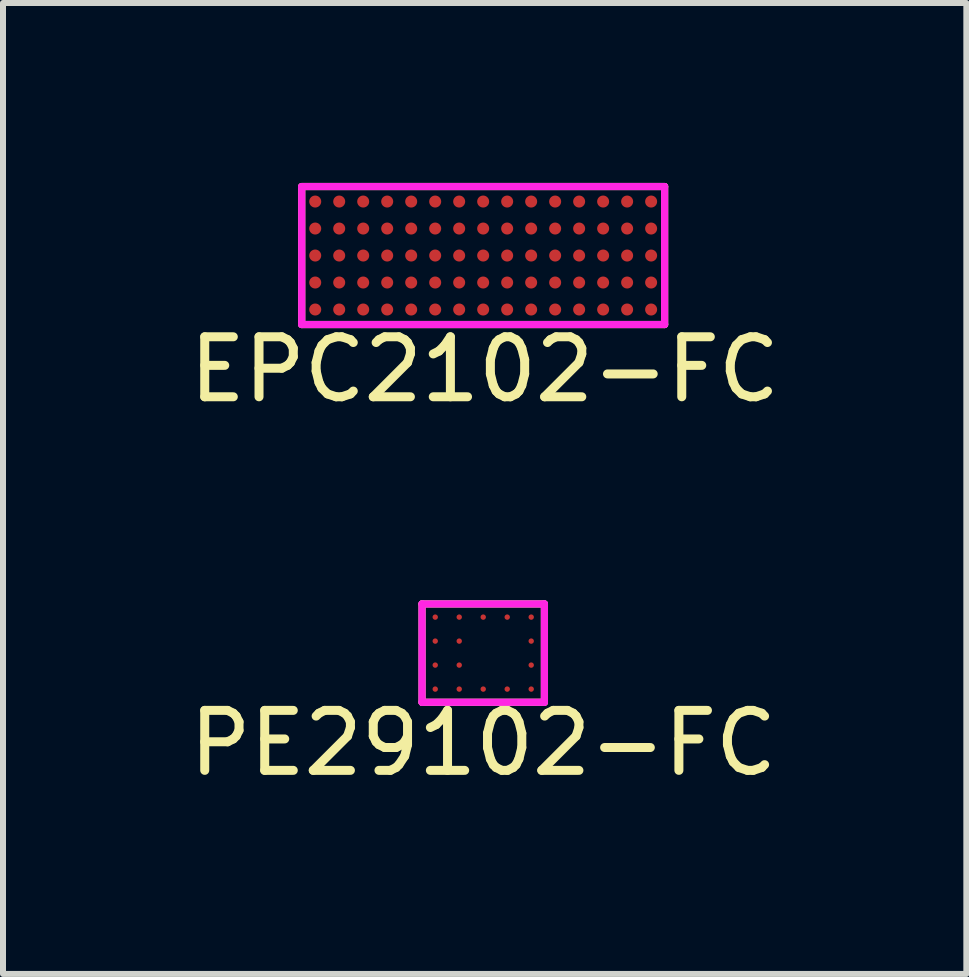
<source format=kicad_pcb>
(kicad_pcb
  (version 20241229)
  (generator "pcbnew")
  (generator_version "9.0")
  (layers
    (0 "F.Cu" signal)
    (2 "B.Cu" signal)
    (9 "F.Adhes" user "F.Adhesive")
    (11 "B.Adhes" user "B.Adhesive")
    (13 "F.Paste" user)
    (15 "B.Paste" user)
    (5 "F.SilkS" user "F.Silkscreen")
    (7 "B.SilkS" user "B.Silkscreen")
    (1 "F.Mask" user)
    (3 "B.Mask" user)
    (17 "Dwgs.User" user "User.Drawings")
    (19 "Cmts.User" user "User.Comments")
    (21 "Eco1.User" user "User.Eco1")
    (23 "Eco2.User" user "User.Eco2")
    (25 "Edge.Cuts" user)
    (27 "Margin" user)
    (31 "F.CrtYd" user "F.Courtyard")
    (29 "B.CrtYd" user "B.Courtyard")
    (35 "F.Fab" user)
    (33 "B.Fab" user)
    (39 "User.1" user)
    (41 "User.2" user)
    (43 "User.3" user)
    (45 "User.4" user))
  (footprint "EPC2102-FC"
    (layer "F.Cu")
    (at 5.005 1.21)
    (property "Reference" "EPC2102-FC" (at 0.025 1.9 0) (layer "F.SilkS") (effects (font (size 1 1) (thickness 0.15))))
    (attr through_hole)
    (fp_line (start -3.025 -1.15) (end -3.025 1.15) (stroke (width 0.12) (type solid)) (layer "F.SilkS"))
    (fp_line (start -3.025 1.15) (end 3.025 1.15) (stroke (width 0.12) (type solid)) (layer "F.SilkS"))
    (fp_line (start 3.025 -1.15) (end -3.025 -1.15) (stroke (width 0.12) (type solid)) (layer "F.SilkS"))
    (fp_line (start 3.025 1.15) (end 3.025 -1.15) (stroke (width 0.12) (type solid)) (layer "F.SilkS"))
    (fp_line (start -3.025 -1.15) (end -3.025 1.15) (stroke (width 0.12) (type solid)) (layer "F.CrtYd"))
    (fp_line (start -3.025 1.15) (end 3.025 1.15) (stroke (width 0.12) (type solid)) (layer "F.CrtYd"))
    (fp_line (start 3.025 -1.15) (end -3.025 -1.15) (stroke (width 0.12) (type solid)) (layer "F.CrtYd"))
    (fp_line (start 3.025 1.15) (end 3.025 -1.15) (stroke (width 0.12) (type solid)) (layer "F.CrtYd"))
    (pad "1" smd circle (at -2.8 -0.9) (size 0.2 0.2) (layers "F.Cu" "F.Mask" "F.Paste"))
    (pad "2" smd circle (at -2.8 -0.45) (size 0.2 0.2) (layers "F.Cu" "F.Mask" "F.Paste"))
    (pad "3" smd circle (at -2.8 0) (size 0.2 0.2) (layers "F.Cu" "F.Mask" "F.Paste"))
    (pad "4" smd circle (at -2.8 0.45) (size 0.2 0.2) (layers "F.Cu" "F.Mask" "F.Paste"))
    (pad "5" smd circle (at -2.8 0.9) (size 0.2 0.2) (layers "F.Cu" "F.Mask" "F.Paste"))
    (pad "6" smd circle (at -2.4 -0.9) (size 0.2 0.2) (layers "F.Cu" "F.Mask" "F.Paste"))
    (pad "7" smd circle (at -2.4 -0.45) (size 0.2 0.2) (layers "F.Cu" "F.Mask" "F.Paste"))
    (pad "8" smd circle (at -2.4 0) (size 0.2 0.2) (layers "F.Cu" "F.Mask" "F.Paste"))
    (pad "9" smd circle (at -2.4 0.45) (size 0.2 0.2) (layers "F.Cu" "F.Mask" "F.Paste"))
    (pad "10" smd circle (at -2.4 0.9) (size 0.2 0.2) (layers "F.Cu" "F.Mask" "F.Paste"))
    (pad "11" smd circle (at -2 -0.9) (size 0.2 0.2) (layers "F.Cu" "F.Mask" "F.Paste"))
    (pad "12" smd circle (at -2 -0.45) (size 0.2 0.2) (layers "F.Cu" "F.Mask" "F.Paste"))
    (pad "13" smd circle (at -2 0) (size 0.2 0.2) (layers "F.Cu" "F.Mask" "F.Paste"))
    (pad "14" smd circle (at -2 0.45) (size 0.2 0.2) (layers "F.Cu" "F.Mask" "F.Paste"))
    (pad "15" smd circle (at -2 0.9) (size 0.2 0.2) (layers "F.Cu" "F.Mask" "F.Paste"))
    (pad "16" smd circle (at -1.6 -0.9) (size 0.2 0.2) (layers "F.Cu" "F.Mask" "F.Paste"))
    (pad "17" smd circle (at -1.6 -0.45) (size 0.2 0.2) (layers "F.Cu" "F.Mask" "F.Paste"))
    (pad "18" smd circle (at -1.6 0) (size 0.2 0.2) (layers "F.Cu" "F.Mask" "F.Paste"))
    (pad "19" smd circle (at -1.6 0.45) (size 0.2 0.2) (layers "F.Cu" "F.Mask" "F.Paste"))
    (pad "20" smd circle (at -1.6 0.9) (size 0.2 0.2) (layers "F.Cu" "F.Mask" "F.Paste"))
    (pad "21" smd circle (at -1.2 -0.9) (size 0.2 0.2) (layers "F.Cu" "F.Mask" "F.Paste"))
    (pad "22" smd circle (at -1.2 -0.45) (size 0.2 0.2) (layers "F.Cu" "F.Mask" "F.Paste"))
    (pad "23" smd circle (at -1.2 0) (size 0.2 0.2) (layers "F.Cu" "F.Mask" "F.Paste"))
    (pad "24" smd circle (at -1.2 0.45) (size 0.2 0.2) (layers "F.Cu" "F.Mask" "F.Paste"))
    (pad "25" smd circle (at -1.2 0.9) (size 0.2 0.2) (layers "F.Cu" "F.Mask" "F.Paste"))
    (pad "26" smd circle (at -0.8 -0.9) (size 0.2 0.2) (layers "F.Cu" "F.Mask" "F.Paste"))
    (pad "27" smd circle (at -0.8 -0.45) (size 0.2 0.2) (layers "F.Cu" "F.Mask" "F.Paste"))
    (pad "28" smd circle (at -0.8 0) (size 0.2 0.2) (layers "F.Cu" "F.Mask" "F.Paste"))
    (pad "29" smd circle (at -0.8 0.45) (size 0.2 0.2) (layers "F.Cu" "F.Mask" "F.Paste"))
    (pad "30" smd circle (at -0.8 0.9) (size 0.2 0.2) (layers "F.Cu" "F.Mask" "F.Paste"))
    (pad "31" smd circle (at -0.4 -0.9) (size 0.2 0.2) (layers "F.Cu" "F.Mask" "F.Paste"))
    (pad "32" smd circle (at -0.4 -0.45) (size 0.2 0.2) (layers "F.Cu" "F.Mask" "F.Paste"))
    (pad "33" smd circle (at -0.4 0) (size 0.2 0.2) (layers "F.Cu" "F.Mask" "F.Paste"))
    (pad "34" smd circle (at -0.4 0.45) (size 0.2 0.2) (layers "F.Cu" "F.Mask" "F.Paste"))
    (pad "35" smd circle (at -0.4 0.9) (size 0.2 0.2) (layers "F.Cu" "F.Mask" "F.Paste"))
    (pad "36" smd circle (at 0 -0.9) (size 0.2 0.2) (layers "F.Cu" "F.Mask" "F.Paste"))
    (pad "37" smd circle (at 0 -0.45) (size 0.2 0.2) (layers "F.Cu" "F.Mask" "F.Paste"))
    (pad "38" smd circle (at 0 0) (size 0.2 0.2) (layers "F.Cu" "F.Mask" "F.Paste"))
    (pad "39" smd circle (at 0 0.45) (size 0.2 0.2) (layers "F.Cu" "F.Mask" "F.Paste"))
    (pad "40" smd circle (at 0 0.9) (size 0.2 0.2) (layers "F.Cu" "F.Mask" "F.Paste"))
    (pad "41" smd circle (at 0.4 -0.9) (size 0.2 0.2) (layers "F.Cu" "F.Mask" "F.Paste"))
    (pad "42" smd circle (at 0.4 -0.45) (size 0.2 0.2) (layers "F.Cu" "F.Mask" "F.Paste"))
    (pad "43" smd circle (at 0.4 0) (size 0.2 0.2) (layers "F.Cu" "F.Mask" "F.Paste"))
    (pad "44" smd circle (at 0.4 0.45) (size 0.2 0.2) (layers "F.Cu" "F.Mask" "F.Paste"))
    (pad "45" smd circle (at 0.4 0.9) (size 0.2 0.2) (layers "F.Cu" "F.Mask" "F.Paste"))
    (pad "46" smd circle (at 0.8 -0.9) (size 0.2 0.2) (layers "F.Cu" "F.Mask" "F.Paste"))
    (pad "47" smd circle (at 0.8 -0.45) (size 0.2 0.2) (layers "F.Cu" "F.Mask" "F.Paste"))
    (pad "48" smd circle (at 0.8 0) (size 0.2 0.2) (layers "F.Cu" "F.Mask" "F.Paste"))
    (pad "49" smd circle (at 0.8 0.45) (size 0.2 0.2) (layers "F.Cu" "F.Mask" "F.Paste"))
    (pad "50" smd circle (at 0.8 0.9) (size 0.2 0.2) (layers "F.Cu" "F.Mask" "F.Paste"))
    (pad "51" smd circle (at 1.2 -0.9) (size 0.2 0.2) (layers "F.Cu" "F.Mask" "F.Paste"))
    (pad "52" smd circle (at 1.2 -0.45) (size 0.2 0.2) (layers "F.Cu" "F.Mask" "F.Paste"))
    (pad "53" smd circle (at 1.2 0) (size 0.2 0.2) (layers "F.Cu" "F.Mask" "F.Paste"))
    (pad "54" smd circle (at 1.2 0.45) (size 0.2 0.2) (layers "F.Cu" "F.Mask" "F.Paste"))
    (pad "55" smd circle (at 1.2 0.9) (size 0.2 0.2) (layers "F.Cu" "F.Mask" "F.Paste"))
    (pad "56" smd circle (at 1.6 -0.9) (size 0.2 0.2) (layers "F.Cu" "F.Mask" "F.Paste"))
    (pad "57" smd circle (at 1.6 -0.45) (size 0.2 0.2) (layers "F.Cu" "F.Mask" "F.Paste"))
    (pad "58" smd circle (at 1.6 0) (size 0.2 0.2) (layers "F.Cu" "F.Mask" "F.Paste"))
    (pad "59" smd circle (at 1.6 0.45) (size 0.2 0.2) (layers "F.Cu" "F.Mask" "F.Paste"))
    (pad "60" smd circle (at 1.6 0.9) (size 0.2 0.2) (layers "F.Cu" "F.Mask" "F.Paste"))
    (pad "61" smd circle (at 2 -0.9) (size 0.2 0.2) (layers "F.Cu" "F.Mask" "F.Paste"))
    (pad "62" smd circle (at 2 -0.45) (size 0.2 0.2) (layers "F.Cu" "F.Mask" "F.Paste"))
    (pad "63" smd circle (at 2 0) (size 0.2 0.2) (layers "F.Cu" "F.Mask" "F.Paste"))
    (pad "64" smd circle (at 2 0.45) (size 0.2 0.2) (layers "F.Cu" "F.Mask" "F.Paste"))
    (pad "65" smd circle (at 2 0.9) (size 0.2 0.2) (layers "F.Cu" "F.Mask" "F.Paste"))
    (pad "66" smd circle (at 2.4 -0.9) (size 0.2 0.2) (layers "F.Cu" "F.Mask" "F.Paste"))
    (pad "67" smd circle (at 2.4 -0.45) (size 0.2 0.2) (layers "F.Cu" "F.Mask" "F.Paste"))
    (pad "68" smd circle (at 2.4 0) (size 0.2 0.2) (layers "F.Cu" "F.Mask" "F.Paste"))
    (pad "69" smd circle (at 2.4 0.45) (size 0.2 0.2) (layers "F.Cu" "F.Mask" "F.Paste"))
    (pad "70" smd circle (at 2.4 0.9) (size 0.2 0.2) (layers "F.Cu" "F.Mask" "F.Paste"))
    (pad "71" smd circle (at 2.8 -0.9) (size 0.2 0.2) (layers "F.Cu" "F.Mask" "F.Paste"))
    (pad "72" smd circle (at 2.8 -0.45) (size 0.2 0.2) (layers "F.Cu" "F.Mask" "F.Paste"))
    (pad "73" smd circle (at 2.8 0) (size 0.2 0.2) (layers "F.Cu" "F.Mask" "F.Paste"))
    (pad "74" smd circle (at 2.8 0.45) (size 0.2 0.2) (layers "F.Cu" "F.Mask" "F.Paste"))
    (pad "75" smd circle (at 2.8 0.9) (size 0.2 0.2) (layers "F.Cu" "F.Mask" "F.Paste")))
  (footprint "PE29102-FC"
    (layer "F.Cu")
    (at 5.006 7.838)
    (property "Reference" "PE29102-FC" (at 0 1.5 0) (layer "F.SilkS") (effects (font (size 1 1) (thickness 0.15))))
    (attr through_hole)
    (fp_line (start -1.02 -0.82) (end -1.02 0.82) (stroke (width 0.12) (type solid)) (layer "F.SilkS"))
    (fp_line (start -1.02 0.82) (end 1.02 0.82) (stroke (width 0.12) (type solid)) (layer "F.SilkS"))
    (fp_line (start 1.02 -0.82) (end -1.02 -0.82) (stroke (width 0.12) (type solid)) (layer "F.SilkS"))
    (fp_line (start 1.02 0.82) (end 1.02 -0.82) (stroke (width 0.12) (type solid)) (layer "F.SilkS"))
    (fp_line (start -1.02 -0.82) (end -1.02 0.82) (stroke (width 0.12) (type solid)) (layer "F.CrtYd"))
    (fp_line (start -1.02 0.82) (end 1.02 0.82) (stroke (width 0.12) (type solid)) (layer "F.CrtYd"))
    (fp_line (start 1.02 -0.82) (end -1.02 -0.82) (stroke (width 0.12) (type solid)) (layer "F.CrtYd"))
    (fp_line (start 1.02 0.82) (end 1.02 -0.82) (stroke (width 0.12) (type solid)) (layer "F.CrtYd"))
    (pad "1" smd circle (at 0.8 -0.6) (size 0.09 0.09) (layers "F.Cu" "F.Mask" "F.Paste"))
    (pad "2" smd circle (at 0.4 -0.6) (size 0.09 0.09) (layers "F.Cu" "F.Mask" "F.Paste"))
    (pad "3" smd circle (at 0 -0.6) (size 0.09 0.09) (layers "F.Cu" "F.Mask" "F.Paste"))
    (pad "4" smd circle (at -0.4 -0.6) (size 0.09 0.09) (layers "F.Cu" "F.Mask" "F.Paste"))
    (pad "5" smd circle (at -0.8 -0.6) (size 0.09 0.09) (layers "F.Cu" "F.Mask" "F.Paste"))
    (pad "6" smd circle (at 0.8 -0.2) (size 0.09 0.09) (layers "F.Cu" "F.Mask" "F.Paste"))
    (pad "7" smd circle (at -0.4 -0.2) (size 0.09 0.09) (layers "F.Cu" "F.Mask" "F.Paste"))
    (pad "8" smd circle (at -0.8 -0.2) (size 0.09 0.09) (layers "F.Cu" "F.Mask" "F.Paste"))
    (pad "9" smd circle (at 0.8 0.2) (size 0.09 0.09) (layers "F.Cu" "F.Mask" "F.Paste"))
    (pad "10" smd circle (at -0.4 0.2) (size 0.09 0.09) (layers "F.Cu" "F.Mask" "F.Paste"))
    (pad "11" smd circle (at -0.8 0.2) (size 0.09 0.09) (layers "F.Cu" "F.Mask" "F.Paste"))
    (pad "12" smd circle (at 0.8 0.6) (size 0.09 0.09) (layers "F.Cu" "F.Mask" "F.Paste"))
    (pad "13" smd circle (at 0.4 0.6) (size 0.09 0.09) (layers "F.Cu" "F.Mask" "F.Paste"))
    (pad "14" smd circle (at 0 0.6) (size 0.09 0.09) (layers "F.Cu" "F.Mask" "F.Paste"))
    (pad "15" smd circle (at -0.4 0.6) (size 0.09 0.09) (layers "F.Cu" "F.Mask" "F.Paste"))
    (pad "16" smd circle (at -0.8 0.6) (size 0.09 0.09) (layers "F.Cu" "F.Mask" "F.Paste")))
  (gr_rect
    (start -3 -3)
    (end 13.06 13.187)
    (stroke (width 0.1) (type default))
    (fill no)
    (layer "Edge.Cuts")))
</source>
